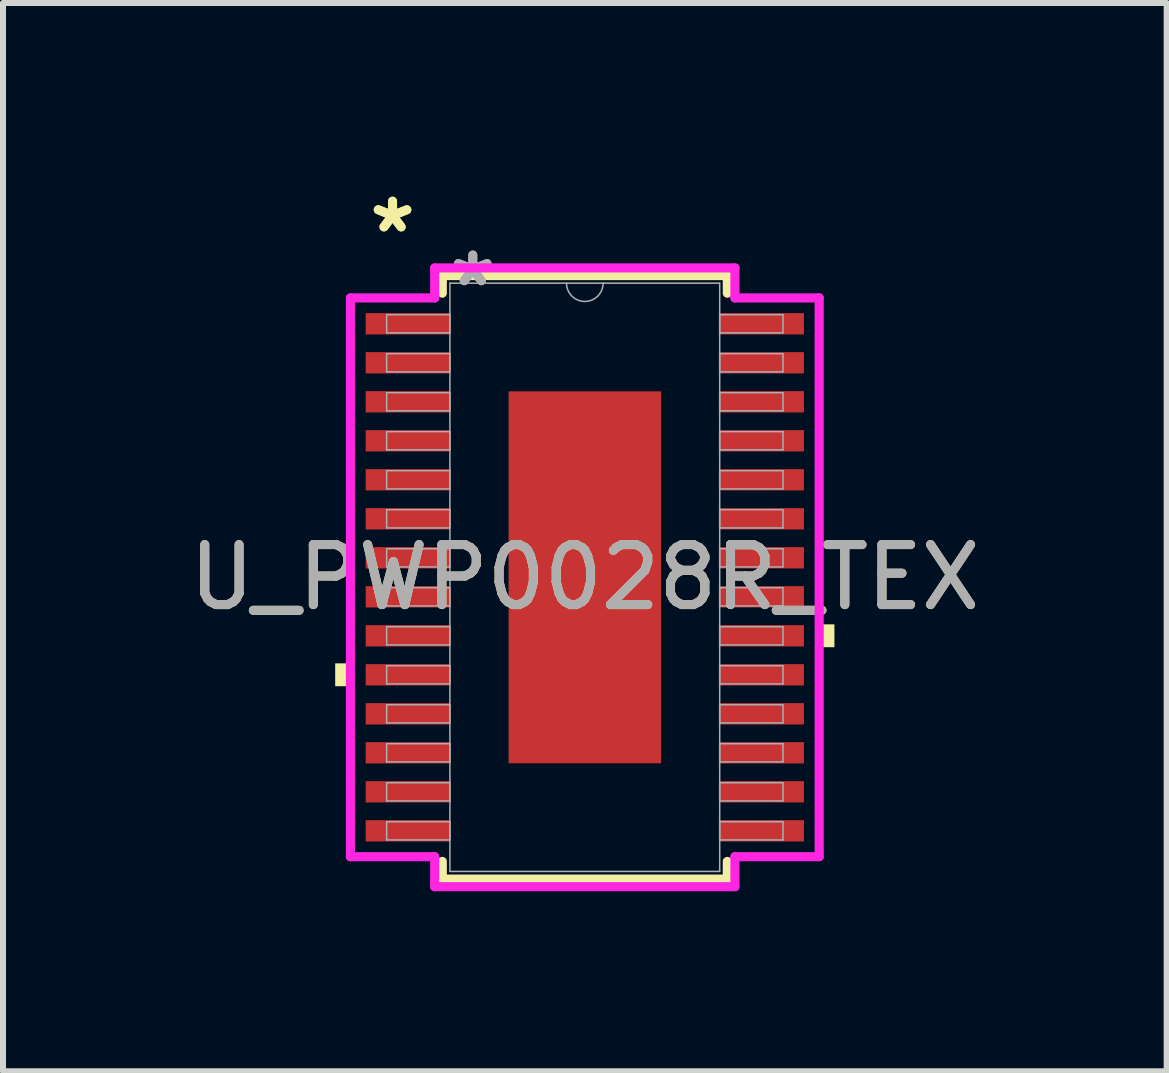
<source format=kicad_pcb>
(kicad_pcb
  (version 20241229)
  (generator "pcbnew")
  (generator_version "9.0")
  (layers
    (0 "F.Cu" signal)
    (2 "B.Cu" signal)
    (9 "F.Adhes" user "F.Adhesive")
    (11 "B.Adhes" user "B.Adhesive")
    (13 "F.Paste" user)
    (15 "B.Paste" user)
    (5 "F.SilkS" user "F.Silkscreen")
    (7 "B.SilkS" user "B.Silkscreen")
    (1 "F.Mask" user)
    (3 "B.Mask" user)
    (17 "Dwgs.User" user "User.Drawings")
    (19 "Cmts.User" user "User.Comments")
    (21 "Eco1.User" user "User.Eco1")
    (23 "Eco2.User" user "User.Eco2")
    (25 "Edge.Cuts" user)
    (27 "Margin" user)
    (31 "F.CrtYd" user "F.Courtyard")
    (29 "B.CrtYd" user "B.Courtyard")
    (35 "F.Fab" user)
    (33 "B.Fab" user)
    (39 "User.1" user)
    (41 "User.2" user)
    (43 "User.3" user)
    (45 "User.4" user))
  (footprint "U_PWP0028R_TEX"
    (layer "F.Cu")
    (at 6.696 6.571)
    (property "Reference" "U_PWP0028R_TEX" (at 0 0 0) (unlocked yes) (layer "F.SilkS") (effects (font (size 1 1) (thickness 0.15))))
    (attr smd)
    (fp_line (start -2.375 -5.029) (end -2.375 -4.735) (stroke (width 0.152) (type solid)) (layer "F.SilkS"))
    (fp_line (start -2.375 4.735) (end -2.375 5.029) (stroke (width 0.152) (type solid)) (layer "F.SilkS"))
    (fp_line (start -2.375 5.029) (end 2.375 5.029) (stroke (width 0.152) (type solid)) (layer "F.SilkS"))
    (fp_line (start 2.375 -5.029) (end -2.375 -5.029) (stroke (width 0.152) (type solid)) (layer "F.SilkS"))
    (fp_line (start 2.375 -4.735) (end 2.375 -5.029) (stroke (width 0.152) (type solid)) (layer "F.SilkS"))
    (fp_line (start 2.375 5.029) (end 2.375 4.735) (stroke (width 0.152) (type solid)) (layer "F.SilkS"))
    (fp_poly (pts (xy -4.16 1.434) (xy -4.16 1.815) (xy -3.906 1.815) (xy -3.906 1.434)) (stroke (width 0) (type solid)) (fill yes) (layer "F.SilkS"))
    (fp_poly (pts (xy 4.16 0.784) (xy 4.16 1.165) (xy 3.906 1.165) (xy 3.906 0.784)) (stroke (width 0) (type solid)) (fill yes) (layer "F.SilkS"))
    (fp_poly (pts (xy -1.17 -2.999) (xy -1.17 -1.649) (xy -0.1 -1.649) (xy -0.1 -2.999)) (stroke (width 0) (type solid)) (fill yes) (layer "F.Paste"))
    (fp_poly (pts (xy -1.17 -1.449) (xy -1.17 -0.1) (xy -0.1 -0.1) (xy -0.1 -1.449)) (stroke (width 0) (type solid)) (fill yes) (layer "F.Paste"))
    (fp_poly (pts (xy -1.17 0.1) (xy -1.17 1.449) (xy -0.1 1.449) (xy -0.1 0.1)) (stroke (width 0) (type solid)) (fill yes) (layer "F.Paste"))
    (fp_poly (pts (xy -1.17 1.649) (xy -1.17 2.999) (xy -0.1 2.999) (xy -0.1 1.649)) (stroke (width 0) (type solid)) (fill yes) (layer "F.Paste"))
    (fp_poly (pts (xy 0.1 -2.999) (xy 0.1 -1.649) (xy 1.17 -1.649) (xy 1.17 -2.999)) (stroke (width 0) (type solid)) (fill yes) (layer "F.Paste"))
    (fp_poly (pts (xy 0.1 -1.449) (xy 0.1 -0.1) (xy 1.17 -0.1) (xy 1.17 -1.449)) (stroke (width 0) (type solid)) (fill yes) (layer "F.Paste"))
    (fp_poly (pts (xy 0.1 0.1) (xy 0.1 1.449) (xy 1.17 1.449) (xy 1.17 0.1)) (stroke (width 0) (type solid)) (fill yes) (layer "F.Paste"))
    (fp_poly (pts (xy 0.1 1.649) (xy 0.1 2.999) (xy 1.17 2.999) (xy 1.17 1.649)) (stroke (width 0) (type solid)) (fill yes) (layer "F.Paste"))
    (fp_line (start -3.906 -4.656) (end -2.502 -4.656) (stroke (width 0.152) (type solid)) (layer "F.CrtYd"))
    (fp_line (start -3.906 4.656) (end -3.906 -4.656) (stroke (width 0.152) (type solid)) (layer "F.CrtYd"))
    (fp_line (start -3.906 4.656) (end -2.502 4.656) (stroke (width 0.152) (type solid)) (layer "F.CrtYd"))
    (fp_line (start -2.502 -5.156) (end 2.502 -5.156) (stroke (width 0.152) (type solid)) (layer "F.CrtYd"))
    (fp_line (start -2.502 -4.656) (end -2.502 -5.156) (stroke (width 0.152) (type solid)) (layer "F.CrtYd"))
    (fp_line (start -2.502 5.156) (end -2.502 4.656) (stroke (width 0.152) (type solid)) (layer "F.CrtYd"))
    (fp_line (start 2.502 -5.156) (end 2.502 -4.656) (stroke (width 0.152) (type solid)) (layer "F.CrtYd"))
    (fp_line (start 2.502 4.656) (end 2.502 5.156) (stroke (width 0.152) (type solid)) (layer "F.CrtYd"))
    (fp_line (start 2.502 5.156) (end -2.502 5.156) (stroke (width 0.152) (type solid)) (layer "F.CrtYd"))
    (fp_line (start 3.906 -4.656) (end 2.502 -4.656) (stroke (width 0.152) (type solid)) (layer "F.CrtYd"))
    (fp_line (start 3.906 -4.656) (end 3.906 4.656) (stroke (width 0.152) (type solid)) (layer "F.CrtYd"))
    (fp_line (start 3.906 4.656) (end 2.502 4.656) (stroke (width 0.152) (type solid)) (layer "F.CrtYd"))
    (fp_line (start -3.302 -4.377) (end -3.302 -4.073) (stroke (width 0.025) (type solid)) (layer "F.Fab"))
    (fp_line (start -3.302 -4.073) (end -2.248 -4.073) (stroke (width 0.025) (type solid)) (layer "F.Fab"))
    (fp_line (start -3.302 -3.727) (end -3.302 -3.423) (stroke (width 0.025) (type solid)) (layer "F.Fab"))
    (fp_line (start -3.302 -3.423) (end -2.248 -3.423) (stroke (width 0.025) (type solid)) (layer "F.Fab"))
    (fp_line (start -3.302 -3.077) (end -3.302 -2.773) (stroke (width 0.025) (type solid)) (layer "F.Fab"))
    (fp_line (start -3.302 -2.773) (end -2.248 -2.773) (stroke (width 0.025) (type solid)) (layer "F.Fab"))
    (fp_line (start -3.302 -2.427) (end -3.302 -2.123) (stroke (width 0.025) (type solid)) (layer "F.Fab"))
    (fp_line (start -3.302 -2.123) (end -2.248 -2.123) (stroke (width 0.025) (type solid)) (layer "F.Fab"))
    (fp_line (start -3.302 -1.777) (end -3.302 -1.473) (stroke (width 0.025) (type solid)) (layer "F.Fab"))
    (fp_line (start -3.302 -1.473) (end -2.248 -1.473) (stroke (width 0.025) (type solid)) (layer "F.Fab"))
    (fp_line (start -3.302 -1.127) (end -3.302 -0.823) (stroke (width 0.025) (type solid)) (layer "F.Fab"))
    (fp_line (start -3.302 -0.823) (end -2.248 -0.823) (stroke (width 0.025) (type solid)) (layer "F.Fab"))
    (fp_line (start -3.302 -0.477) (end -3.302 -0.173) (stroke (width 0.025) (type solid)) (layer "F.Fab"))
    (fp_line (start -3.302 -0.173) (end -2.248 -0.173) (stroke (width 0.025) (type solid)) (layer "F.Fab"))
    (fp_line (start -3.302 0.173) (end -3.302 0.477) (stroke (width 0.025) (type solid)) (layer "F.Fab"))
    (fp_line (start -3.302 0.477) (end -2.248 0.477) (stroke (width 0.025) (type solid)) (layer "F.Fab"))
    (fp_line (start -3.302 0.823) (end -3.302 1.127) (stroke (width 0.025) (type solid)) (layer "F.Fab"))
    (fp_line (start -3.302 1.127) (end -2.248 1.127) (stroke (width 0.025) (type solid)) (layer "F.Fab"))
    (fp_line (start -3.302 1.473) (end -3.302 1.777) (stroke (width 0.025) (type solid)) (layer "F.Fab"))
    (fp_line (start -3.302 1.777) (end -2.248 1.777) (stroke (width 0.025) (type solid)) (layer "F.Fab"))
    (fp_line (start -3.302 2.123) (end -3.302 2.427) (stroke (width 0.025) (type solid)) (layer "F.Fab"))
    (fp_line (start -3.302 2.427) (end -2.248 2.427) (stroke (width 0.025) (type solid)) (layer "F.Fab"))
    (fp_line (start -3.302 2.773) (end -3.302 3.077) (stroke (width 0.025) (type solid)) (layer "F.Fab"))
    (fp_line (start -3.302 3.077) (end -2.248 3.077) (stroke (width 0.025) (type solid)) (layer "F.Fab"))
    (fp_line (start -3.302 3.423) (end -3.302 3.727) (stroke (width 0.025) (type solid)) (layer "F.Fab"))
    (fp_line (start -3.302 3.727) (end -2.248 3.727) (stroke (width 0.025) (type solid)) (layer "F.Fab"))
    (fp_line (start -3.302 4.073) (end -3.302 4.377) (stroke (width 0.025) (type solid)) (layer "F.Fab"))
    (fp_line (start -3.302 4.377) (end -2.248 4.377) (stroke (width 0.025) (type solid)) (layer "F.Fab"))
    (fp_line (start -2.248 -4.902) (end -2.248 4.902) (stroke (width 0.025) (type solid)) (layer "F.Fab"))
    (fp_line (start -2.248 -4.377) (end -3.302 -4.377) (stroke (width 0.025) (type solid)) (layer "F.Fab"))
    (fp_line (start -2.248 -4.073) (end -2.248 -4.377) (stroke (width 0.025) (type solid)) (layer "F.Fab"))
    (fp_line (start -2.248 -3.727) (end -3.302 -3.727) (stroke (width 0.025) (type solid)) (layer "F.Fab"))
    (fp_line (start -2.248 -3.423) (end -2.248 -3.727) (stroke (width 0.025) (type solid)) (layer "F.Fab"))
    (fp_line (start -2.248 -3.077) (end -3.302 -3.077) (stroke (width 0.025) (type solid)) (layer "F.Fab"))
    (fp_line (start -2.248 -2.773) (end -2.248 -3.077) (stroke (width 0.025) (type solid)) (layer "F.Fab"))
    (fp_line (start -2.248 -2.427) (end -3.302 -2.427) (stroke (width 0.025) (type solid)) (layer "F.Fab"))
    (fp_line (start -2.248 -2.123) (end -2.248 -2.427) (stroke (width 0.025) (type solid)) (layer "F.Fab"))
    (fp_line (start -2.248 -1.777) (end -3.302 -1.777) (stroke (width 0.025) (type solid)) (layer "F.Fab"))
    (fp_line (start -2.248 -1.473) (end -2.248 -1.777) (stroke (width 0.025) (type solid)) (layer "F.Fab"))
    (fp_line (start -2.248 -1.127) (end -3.302 -1.127) (stroke (width 0.025) (type solid)) (layer "F.Fab"))
    (fp_line (start -2.248 -0.823) (end -2.248 -1.127) (stroke (width 0.025) (type solid)) (layer "F.Fab"))
    (fp_line (start -2.248 -0.477) (end -3.302 -0.477) (stroke (width 0.025) (type solid)) (layer "F.Fab"))
    (fp_line (start -2.248 -0.173) (end -2.248 -0.477) (stroke (width 0.025) (type solid)) (layer "F.Fab"))
    (fp_line (start -2.248 0.173) (end -3.302 0.173) (stroke (width 0.025) (type solid)) (layer "F.Fab"))
    (fp_line (start -2.248 0.477) (end -2.248 0.173) (stroke (width 0.025) (type solid)) (layer "F.Fab"))
    (fp_line (start -2.248 0.823) (end -3.302 0.823) (stroke (width 0.025) (type solid)) (layer "F.Fab"))
    (fp_line (start -2.248 1.127) (end -2.248 0.823) (stroke (width 0.025) (type solid)) (layer "F.Fab"))
    (fp_line (start -2.248 1.473) (end -3.302 1.473) (stroke (width 0.025) (type solid)) (layer "F.Fab"))
    (fp_line (start -2.248 1.777) (end -2.248 1.473) (stroke (width 0.025) (type solid)) (layer "F.Fab"))
    (fp_line (start -2.248 2.123) (end -3.302 2.123) (stroke (width 0.025) (type solid)) (layer "F.Fab"))
    (fp_line (start -2.248 2.427) (end -2.248 2.123) (stroke (width 0.025) (type solid)) (layer "F.Fab"))
    (fp_line (start -2.248 2.773) (end -3.302 2.773) (stroke (width 0.025) (type solid)) (layer "F.Fab"))
    (fp_line (start -2.248 3.077) (end -2.248 2.773) (stroke (width 0.025) (type solid)) (layer "F.Fab"))
    (fp_line (start -2.248 3.423) (end -3.302 3.423) (stroke (width 0.025) (type solid)) (layer "F.Fab"))
    (fp_line (start -2.248 3.727) (end -2.248 3.423) (stroke (width 0.025) (type solid)) (layer "F.Fab"))
    (fp_line (start -2.248 4.073) (end -3.302 4.073) (stroke (width 0.025) (type solid)) (layer "F.Fab"))
    (fp_line (start -2.248 4.377) (end -2.248 4.073) (stroke (width 0.025) (type solid)) (layer "F.Fab"))
    (fp_line (start -2.248 4.902) (end 2.248 4.902) (stroke (width 0.025) (type solid)) (layer "F.Fab"))
    (fp_line (start 2.248 -4.902) (end -2.248 -4.902) (stroke (width 0.025) (type solid)) (layer "F.Fab"))
    (fp_line (start 2.248 -4.377) (end 2.248 -4.073) (stroke (width 0.025) (type solid)) (layer "F.Fab"))
    (fp_line (start 2.248 -4.073) (end 3.302 -4.073) (stroke (width 0.025) (type solid)) (layer "F.Fab"))
    (fp_line (start 2.248 -3.727) (end 2.248 -3.423) (stroke (width 0.025) (type solid)) (layer "F.Fab"))
    (fp_line (start 2.248 -3.423) (end 3.302 -3.423) (stroke (width 0.025) (type solid)) (layer "F.Fab"))
    (fp_line (start 2.248 -3.077) (end 2.248 -2.773) (stroke (width 0.025) (type solid)) (layer "F.Fab"))
    (fp_line (start 2.248 -2.773) (end 3.302 -2.773) (stroke (width 0.025) (type solid)) (layer "F.Fab"))
    (fp_line (start 2.248 -2.427) (end 2.248 -2.123) (stroke (width 0.025) (type solid)) (layer "F.Fab"))
    (fp_line (start 2.248 -2.123) (end 3.302 -2.123) (stroke (width 0.025) (type solid)) (layer "F.Fab"))
    (fp_line (start 2.248 -1.777) (end 2.248 -1.473) (stroke (width 0.025) (type solid)) (layer "F.Fab"))
    (fp_line (start 2.248 -1.473) (end 3.302 -1.473) (stroke (width 0.025) (type solid)) (layer "F.Fab"))
    (fp_line (start 2.248 -1.127) (end 2.248 -0.823) (stroke (width 0.025) (type solid)) (layer "F.Fab"))
    (fp_line (start 2.248 -0.823) (end 3.302 -0.823) (stroke (width 0.025) (type solid)) (layer "F.Fab"))
    (fp_line (start 2.248 -0.477) (end 2.248 -0.173) (stroke (width 0.025) (type solid)) (layer "F.Fab"))
    (fp_line (start 2.248 -0.173) (end 3.302 -0.173) (stroke (width 0.025) (type solid)) (layer "F.Fab"))
    (fp_line (start 2.248 0.173) (end 2.248 0.477) (stroke (width 0.025) (type solid)) (layer "F.Fab"))
    (fp_line (start 2.248 0.477) (end 3.302 0.477) (stroke (width 0.025) (type solid)) (layer "F.Fab"))
    (fp_line (start 2.248 0.823) (end 2.248 1.127) (stroke (width 0.025) (type solid)) (layer "F.Fab"))
    (fp_line (start 2.248 1.127) (end 3.302 1.127) (stroke (width 0.025) (type solid)) (layer "F.Fab"))
    (fp_line (start 2.248 1.473) (end 2.248 1.777) (stroke (width 0.025) (type solid)) (layer "F.Fab"))
    (fp_line (start 2.248 1.777) (end 3.302 1.777) (stroke (width 0.025) (type solid)) (layer "F.Fab"))
    (fp_line (start 2.248 2.123) (end 2.248 2.427) (stroke (width 0.025) (type solid)) (layer "F.Fab"))
    (fp_line (start 2.248 2.427) (end 3.302 2.427) (stroke (width 0.025) (type solid)) (layer "F.Fab"))
    (fp_line (start 2.248 2.773) (end 2.248 3.077) (stroke (width 0.025) (type solid)) (layer "F.Fab"))
    (fp_line (start 2.248 3.077) (end 3.302 3.077) (stroke (width 0.025) (type solid)) (layer "F.Fab"))
    (fp_line (start 2.248 3.423) (end 2.248 3.727) (stroke (width 0.025) (type solid)) (layer "F.Fab"))
    (fp_line (start 2.248 3.727) (end 3.302 3.727) (stroke (width 0.025) (type solid)) (layer "F.Fab"))
    (fp_line (start 2.248 4.073) (end 2.248 4.377) (stroke (width 0.025) (type solid)) (layer "F.Fab"))
    (fp_line (start 2.248 4.377) (end 3.302 4.377) (stroke (width 0.025) (type solid)) (layer "F.Fab"))
    (fp_line (start 2.248 4.902) (end 2.248 -4.902) (stroke (width 0.025) (type solid)) (layer "F.Fab"))
    (fp_line (start 3.302 -4.377) (end 2.248 -4.377) (stroke (width 0.025) (type solid)) (layer "F.Fab"))
    (fp_line (start 3.302 -4.073) (end 3.302 -4.377) (stroke (width 0.025) (type solid)) (layer "F.Fab"))
    (fp_line (start 3.302 -3.727) (end 2.248 -3.727) (stroke (width 0.025) (type solid)) (layer "F.Fab"))
    (fp_line (start 3.302 -3.423) (end 3.302 -3.727) (stroke (width 0.025) (type solid)) (layer "F.Fab"))
    (fp_line (start 3.302 -3.077) (end 2.248 -3.077) (stroke (width 0.025) (type solid)) (layer "F.Fab"))
    (fp_line (start 3.302 -2.773) (end 3.302 -3.077) (stroke (width 0.025) (type solid)) (layer "F.Fab"))
    (fp_line (start 3.302 -2.427) (end 2.248 -2.427) (stroke (width 0.025) (type solid)) (layer "F.Fab"))
    (fp_line (start 3.302 -2.123) (end 3.302 -2.427) (stroke (width 0.025) (type solid)) (layer "F.Fab"))
    (fp_line (start 3.302 -1.777) (end 2.248 -1.777) (stroke (width 0.025) (type solid)) (layer "F.Fab"))
    (fp_line (start 3.302 -1.473) (end 3.302 -1.777) (stroke (width 0.025) (type solid)) (layer "F.Fab"))
    (fp_line (start 3.302 -1.127) (end 2.248 -1.127) (stroke (width 0.025) (type solid)) (layer "F.Fab"))
    (fp_line (start 3.302 -0.823) (end 3.302 -1.127) (stroke (width 0.025) (type solid)) (layer "F.Fab"))
    (fp_line (start 3.302 -0.477) (end 2.248 -0.477) (stroke (width 0.025) (type solid)) (layer "F.Fab"))
    (fp_line (start 3.302 -0.173) (end 3.302 -0.477) (stroke (width 0.025) (type solid)) (layer "F.Fab"))
    (fp_line (start 3.302 0.173) (end 2.248 0.173) (stroke (width 0.025) (type solid)) (layer "F.Fab"))
    (fp_line (start 3.302 0.477) (end 3.302 0.173) (stroke (width 0.025) (type solid)) (layer "F.Fab"))
    (fp_line (start 3.302 0.823) (end 2.248 0.823) (stroke (width 0.025) (type solid)) (layer "F.Fab"))
    (fp_line (start 3.302 1.127) (end 3.302 0.823) (stroke (width 0.025) (type solid)) (layer "F.Fab"))
    (fp_line (start 3.302 1.473) (end 2.248 1.473) (stroke (width 0.025) (type solid)) (layer "F.Fab"))
    (fp_line (start 3.302 1.777) (end 3.302 1.473) (stroke (width 0.025) (type solid)) (layer "F.Fab"))
    (fp_line (start 3.302 2.123) (end 2.248 2.123) (stroke (width 0.025) (type solid)) (layer "F.Fab"))
    (fp_line (start 3.302 2.427) (end 3.302 2.123) (stroke (width 0.025) (type solid)) (layer "F.Fab"))
    (fp_line (start 3.302 2.773) (end 2.248 2.773) (stroke (width 0.025) (type solid)) (layer "F.Fab"))
    (fp_line (start 3.302 3.077) (end 3.302 2.773) (stroke (width 0.025) (type solid)) (layer "F.Fab"))
    (fp_line (start 3.302 3.423) (end 2.248 3.423) (stroke (width 0.025) (type solid)) (layer "F.Fab"))
    (fp_line (start 3.302 3.727) (end 3.302 3.423) (stroke (width 0.025) (type solid)) (layer "F.Fab"))
    (fp_line (start 3.302 4.073) (end 2.248 4.073) (stroke (width 0.025) (type solid)) (layer "F.Fab"))
    (fp_line (start 3.302 4.377) (end 3.302 4.073) (stroke (width 0.025) (type solid)) (layer "F.Fab"))
    (fp_arc (start 0.3048 -4.9022) (mid 0 -4.5974) (end -0.3048 -4.9022) (stroke (width 0.0254) (type solid)) (layer "F.Fab"))
    (fp_text user "*" (at -3.204 -5.723 0) (unlocked yes) (layer "F.SilkS") (effects (font (size 1 1) (thickness 0.15))))
    (fp_text user "*" (at -3.204 -5.723 0) (layer "F.SilkS") (effects (font (size 1 1) (thickness 0.15))))
    (fp_text user "${REFERENCE}" (at 0 0 0) (unlocked yes) (layer "F.Fab") (effects (font (size 1 1) (thickness 0.15))))
    (fp_text user "*" (at -1.867 -4.826 0) (layer "F.Fab") (effects (font (size 1 1) (thickness 0.15))))
    (fp_text user "*" (at -1.867 -4.826 0) (unlocked yes) (layer "F.Fab") (effects (font (size 1 1) (thickness 0.15))))
    (pad "1" smd rect (at -2.95 -4.225) (size 1.404 0.355) (layers "F.Cu" "F.Mask" "F.Paste"))
    (pad "2" smd rect (at -2.95 -3.575) (size 1.404 0.355) (layers "F.Cu" "F.Mask" "F.Paste"))
    (pad "3" smd rect (at -2.95 -2.925) (size 1.404 0.355) (layers "F.Cu" "F.Mask" "F.Paste"))
    (pad "4" smd rect (at -2.95 -2.275) (size 1.404 0.355) (layers "F.Cu" "F.Mask" "F.Paste"))
    (pad "5" smd rect (at -2.95 -1.625) (size 1.404 0.355) (layers "F.Cu" "F.Mask" "F.Paste"))
    (pad "6" smd rect (at -2.95 -0.975) (size 1.404 0.355) (layers "F.Cu" "F.Mask" "F.Paste"))
    (pad "7" smd rect (at -2.95 -0.325) (size 1.404 0.355) (layers "F.Cu" "F.Mask" "F.Paste"))
    (pad "8" smd rect (at -2.95 0.325) (size 1.404 0.355) (layers "F.Cu" "F.Mask" "F.Paste"))
    (pad "9" smd rect (at -2.95 0.975) (size 1.404 0.355) (layers "F.Cu" "F.Mask" "F.Paste"))
    (pad "10" smd rect (at -2.95 1.625) (size 1.404 0.355) (layers "F.Cu" "F.Mask" "F.Paste"))
    (pad "11" smd rect (at -2.95 2.275) (size 1.404 0.355) (layers "F.Cu" "F.Mask" "F.Paste"))
    (pad "12" smd rect (at -2.95 2.925) (size 1.404 0.355) (layers "F.Cu" "F.Mask" "F.Paste"))
    (pad "13" smd rect (at -2.95 3.575) (size 1.404 0.355) (layers "F.Cu" "F.Mask" "F.Paste"))
    (pad "14" smd rect (at -2.95 4.225) (size 1.404 0.355) (layers "F.Cu" "F.Mask" "F.Paste"))
    (pad "15" smd rect (at 2.95 4.225) (size 1.404 0.355) (layers "F.Cu" "F.Mask" "F.Paste"))
    (pad "16" smd rect (at 2.95 3.575) (size 1.404 0.355) (layers "F.Cu" "F.Mask" "F.Paste"))
    (pad "17" smd rect (at 2.95 2.925) (size 1.404 0.355) (layers "F.Cu" "F.Mask" "F.Paste"))
    (pad "18" smd rect (at 2.95 2.275) (size 1.404 0.355) (layers "F.Cu" "F.Mask" "F.Paste"))
    (pad "19" smd rect (at 2.95 1.625) (size 1.404 0.355) (layers "F.Cu" "F.Mask" "F.Paste"))
    (pad "20" smd rect (at 2.95 0.975) (size 1.404 0.355) (layers "F.Cu" "F.Mask" "F.Paste"))
    (pad "21" smd rect (at 2.95 0.325) (size 1.404 0.355) (layers "F.Cu" "F.Mask" "F.Paste"))
    (pad "22" smd rect (at 2.95 -0.325) (size 1.404 0.355) (layers "F.Cu" "F.Mask" "F.Paste"))
    (pad "23" smd rect (at 2.95 -0.975) (size 1.404 0.355) (layers "F.Cu" "F.Mask" "F.Paste"))
    (pad "24" smd rect (at 2.95 -1.625) (size 1.404 0.355) (layers "F.Cu" "F.Mask" "F.Paste"))
    (pad "25" smd rect (at 2.95 -2.275) (size 1.404 0.355) (layers "F.Cu" "F.Mask" "F.Paste"))
    (pad "26" smd rect (at 2.95 -2.925) (size 1.404 0.355) (layers "F.Cu" "F.Mask" "F.Paste"))
    (pad "27" smd rect (at 2.95 -3.575) (size 1.404 0.355) (layers "F.Cu" "F.Mask" "F.Paste"))
    (pad "28" smd rect (at 2.95 -4.225) (size 1.404 0.355) (layers "F.Cu" "F.Mask" "F.Paste"))
    (pad "EPAD" smd rect (at 0 0) (size 2.54 6.198) (layers "F.Cu" "F.Mask")))
  (gr_rect
    (start -3 -3)
    (end 16.393 14.803)
    (stroke (width 0.1) (type default))
    (fill no)
    (layer "Edge.Cuts")))
</source>
